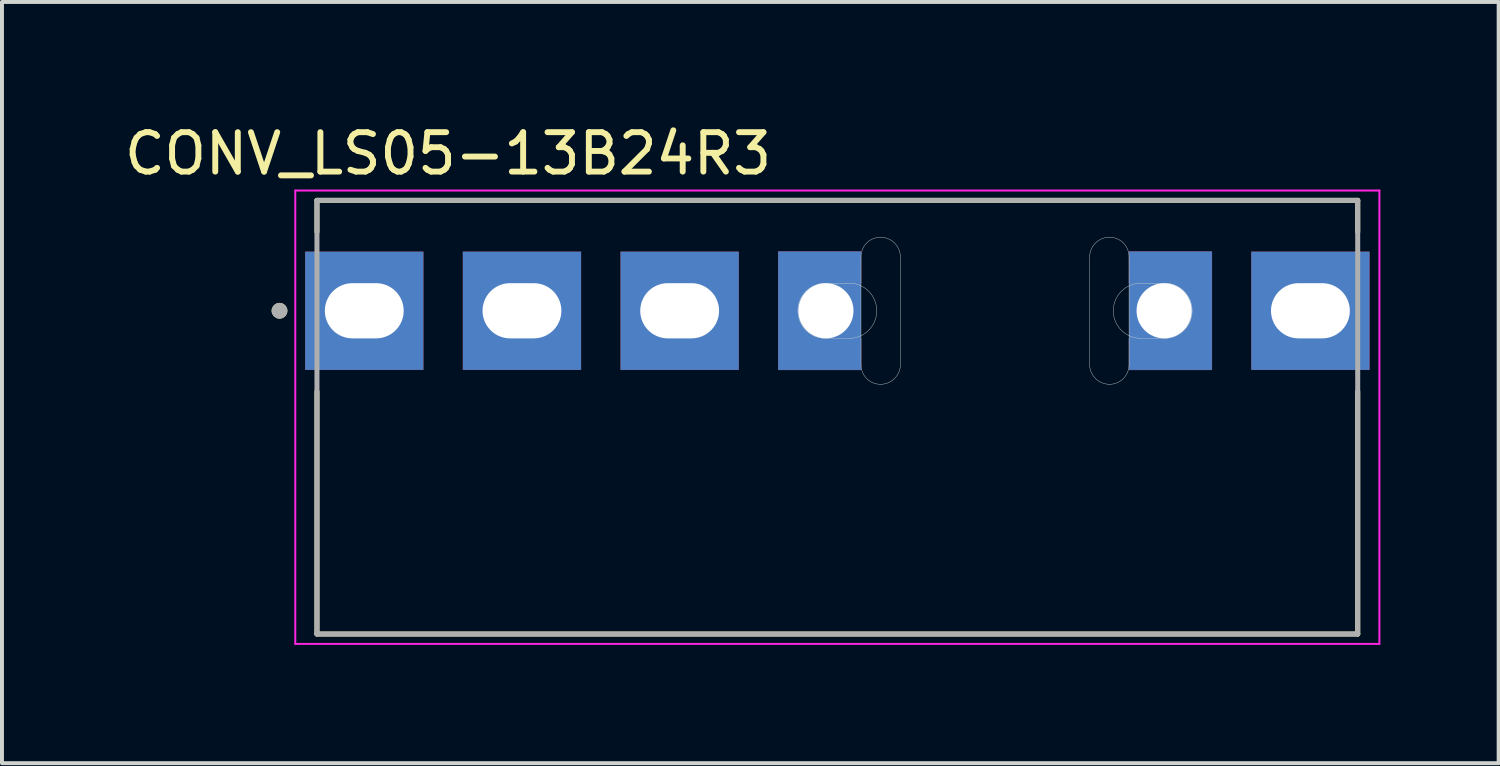
<source format=kicad_pcb>
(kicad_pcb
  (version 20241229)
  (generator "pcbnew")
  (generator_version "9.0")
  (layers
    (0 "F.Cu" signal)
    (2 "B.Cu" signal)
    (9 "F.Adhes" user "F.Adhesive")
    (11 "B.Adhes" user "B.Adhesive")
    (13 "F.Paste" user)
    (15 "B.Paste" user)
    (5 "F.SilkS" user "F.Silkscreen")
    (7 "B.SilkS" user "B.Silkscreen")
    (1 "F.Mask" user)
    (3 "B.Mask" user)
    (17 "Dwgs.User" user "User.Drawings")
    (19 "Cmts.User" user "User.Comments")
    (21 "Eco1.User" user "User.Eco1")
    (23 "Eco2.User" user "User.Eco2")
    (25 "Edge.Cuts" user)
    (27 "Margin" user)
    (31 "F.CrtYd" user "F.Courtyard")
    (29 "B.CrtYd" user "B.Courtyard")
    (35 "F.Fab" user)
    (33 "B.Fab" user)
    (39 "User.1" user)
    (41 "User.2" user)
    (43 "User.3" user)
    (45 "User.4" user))
  (footprint "CONV_LS05-13B24R3"
    (layer "F.Cu")
    (at 18.19 4.833)
    (property "Reference" "CONV_LS05-13B24R3" (at -9.875 -3.985 0) (layer "F.SilkS") (effects (font (size 1 1) (thickness 0.15))))
    (attr through_hole)
    (fp_poly (pts (xy -1 0) (xy -0.999 -0.037) (xy -0.996 -0.073) (xy -0.991 -0.11) (xy -0.985 -0.146) (xy -0.976 -0.181) (xy -0.966 -0.216) (xy -0.954 -0.251) (xy -0.939 -0.285) (xy -0.924 -0.318) (xy -0.906 -0.35) (xy -0.887 -0.381) (xy -0.866 -0.411) (xy -0.844 -0.441) (xy -0.82 -0.468) (xy -0.795 -0.495) (xy -0.768 -0.52) (xy -0.741 -0.544) (xy -0.711 -0.566) (xy -0.681 -0.587) (xy -0.65 -0.606) (xy -0.618 -0.624) (xy -0.585 -0.639) (xy -0.551 -0.654) (xy -0.516 -0.666) (xy -0.481 -0.676) (xy -0.446 -0.685) (xy -0.41 -0.691) (xy -0.373 -0.696) (xy -0.337 -0.699) (xy -0.3 -0.7) (xy 0.6 -0.7) (xy 0.6 -1.5) (xy -1.5 -1.5) (xy -1.5 1.5) (xy 0.6 1.5) (xy 0.6 0.7) (xy -0.3 0.7) (xy -0.337 0.699) (xy -0.373 0.696) (xy -0.41 0.691) (xy -0.446 0.685) (xy -0.481 0.676) (xy -0.516 0.666) (xy -0.551 0.654) (xy -0.585 0.639) (xy -0.618 0.624) (xy -0.65 0.606) (xy -0.681 0.587) (xy -0.711 0.566) (xy -0.741 0.544) (xy -0.768 0.52) (xy -0.795 0.495) (xy -0.82 0.468) (xy -0.844 0.441) (xy -0.866 0.411) (xy -0.887 0.381) (xy -0.906 0.35) (xy -0.924 0.318) (xy -0.939 0.285) (xy -0.954 0.251) (xy -0.966 0.216) (xy -0.976 0.181) (xy -0.985 0.146) (xy -0.991 0.11) (xy -0.996 0.073) (xy -0.999 0.037) (xy -1 0)) (stroke (width 0.01) (type solid)) (fill yes) (layer "F.Cu"))
    (fp_poly (pts (xy 9 0) (xy 8.999 0.037) (xy 8.996 0.073) (xy 8.991 0.11) (xy 8.985 0.146) (xy 8.976 0.181) (xy 8.966 0.216) (xy 8.954 0.251) (xy 8.939 0.285) (xy 8.924 0.318) (xy 8.906 0.35) (xy 8.887 0.381) (xy 8.866 0.411) (xy 8.844 0.441) (xy 8.82 0.468) (xy 8.795 0.495) (xy 8.768 0.52) (xy 8.741 0.544) (xy 8.711 0.566) (xy 8.681 0.587) (xy 8.65 0.606) (xy 8.618 0.624) (xy 8.585 0.639) (xy 8.551 0.654) (xy 8.516 0.666) (xy 8.481 0.676) (xy 8.446 0.685) (xy 8.41 0.691) (xy 8.373 0.696) (xy 8.337 0.699) (xy 8.3 0.7) (xy 7.4 0.7) (xy 7.4 1.5) (xy 9.5 1.5) (xy 9.5 -1.5) (xy 7.4 -1.5) (xy 7.4 -0.7) (xy 8.3 -0.7) (xy 8.337 -0.699) (xy 8.373 -0.696) (xy 8.41 -0.691) (xy 8.446 -0.685) (xy 8.481 -0.676) (xy 8.516 -0.666) (xy 8.551 -0.654) (xy 8.585 -0.639) (xy 8.618 -0.624) (xy 8.65 -0.606) (xy 8.681 -0.587) (xy 8.711 -0.566) (xy 8.741 -0.544) (xy 8.768 -0.52) (xy 8.795 -0.495) (xy 8.82 -0.468) (xy 8.844 -0.441) (xy 8.866 -0.411) (xy 8.887 -0.381) (xy 8.906 -0.35) (xy 8.924 -0.318) (xy 8.939 -0.285) (xy 8.954 -0.251) (xy 8.966 -0.216) (xy 8.976 -0.181) (xy 8.985 -0.146) (xy 8.991 -0.11) (xy 8.996 -0.073) (xy 8.999 -0.037) (xy 9 0)) (stroke (width 0.01) (type solid)) (fill yes) (layer "F.Cu"))
    (fp_poly (pts (xy 0.49 -1.965) (xy 1.7 -1.965) (xy 1.7 1.965) (xy 0.49 1.965)) (stroke (width 0.01) (type solid)) (fill yes) (layer "F.Mask"))
    (fp_poly (pts (xy 6.3 -1.965) (xy 7.49 -1.965) (xy 7.49 1.965) (xy 6.3 1.965)) (stroke (width 0.01) (type solid)) (fill yes) (layer "F.Mask"))
    (fp_poly (pts (xy 0.7 -0.6) (xy 0.7 -1.6) (xy -1.6 -1.6) (xy -1.6 1.6) (xy 0.7 1.6) (xy 0.7 0.6)) (stroke (width 0.01) (type solid)) (fill yes) (layer "F.Mask"))
    (fp_poly (pts (xy 7.3 0.6) (xy 7.3 1.6) (xy 9.6 1.6) (xy 9.6 -1.6) (xy 7.3 -1.6) (xy 7.3 -0.6)) (stroke (width 0.01) (type solid)) (fill yes) (layer "F.Mask"))
    (fp_poly (pts (xy -1 0) (xy -0.999 -0.037) (xy -0.996 -0.073) (xy -0.991 -0.11) (xy -0.985 -0.146) (xy -0.976 -0.181) (xy -0.966 -0.216) (xy -0.954 -0.251) (xy -0.939 -0.285) (xy -0.924 -0.318) (xy -0.906 -0.35) (xy -0.887 -0.381) (xy -0.866 -0.411) (xy -0.844 -0.441) (xy -0.82 -0.468) (xy -0.795 -0.495) (xy -0.768 -0.52) (xy -0.741 -0.544) (xy -0.711 -0.566) (xy -0.681 -0.587) (xy -0.65 -0.606) (xy -0.618 -0.624) (xy -0.585 -0.639) (xy -0.551 -0.654) (xy -0.516 -0.666) (xy -0.481 -0.676) (xy -0.446 -0.685) (xy -0.41 -0.691) (xy -0.373 -0.696) (xy -0.337 -0.699) (xy -0.3 -0.7) (xy 0.6 -0.7) (xy 0.6 -1.5) (xy -1.5 -1.5) (xy -1.5 1.5) (xy 0.6 1.5) (xy 0.6 0.7) (xy -0.3 0.7) (xy -0.337 0.699) (xy -0.373 0.696) (xy -0.41 0.691) (xy -0.446 0.685) (xy -0.481 0.676) (xy -0.516 0.666) (xy -0.551 0.654) (xy -0.585 0.639) (xy -0.618 0.624) (xy -0.65 0.606) (xy -0.681 0.587) (xy -0.711 0.566) (xy -0.741 0.544) (xy -0.768 0.52) (xy -0.795 0.495) (xy -0.82 0.468) (xy -0.844 0.441) (xy -0.866 0.411) (xy -0.887 0.381) (xy -0.906 0.35) (xy -0.924 0.318) (xy -0.939 0.285) (xy -0.954 0.251) (xy -0.966 0.216) (xy -0.976 0.181) (xy -0.985 0.146) (xy -0.991 0.11) (xy -0.996 0.073) (xy -0.999 0.037) (xy -1 0)) (stroke (width 0.01) (type solid)) (fill yes) (layer "B.Cu"))
    (fp_poly (pts (xy 9 0) (xy 8.999 0.037) (xy 8.996 0.073) (xy 8.991 0.11) (xy 8.985 0.146) (xy 8.976 0.181) (xy 8.966 0.216) (xy 8.954 0.251) (xy 8.939 0.285) (xy 8.924 0.318) (xy 8.906 0.35) (xy 8.887 0.381) (xy 8.866 0.411) (xy 8.844 0.441) (xy 8.82 0.468) (xy 8.795 0.495) (xy 8.768 0.52) (xy 8.741 0.544) (xy 8.711 0.566) (xy 8.681 0.587) (xy 8.65 0.606) (xy 8.618 0.624) (xy 8.585 0.639) (xy 8.551 0.654) (xy 8.516 0.666) (xy 8.481 0.676) (xy 8.446 0.685) (xy 8.41 0.691) (xy 8.373 0.696) (xy 8.337 0.699) (xy 8.3 0.7) (xy 7.4 0.7) (xy 7.4 1.5) (xy 9.5 1.5) (xy 9.5 -1.5) (xy 7.4 -1.5) (xy 7.4 -0.7) (xy 8.3 -0.7) (xy 8.337 -0.699) (xy 8.373 -0.696) (xy 8.41 -0.691) (xy 8.446 -0.685) (xy 8.481 -0.676) (xy 8.516 -0.666) (xy 8.551 -0.654) (xy 8.585 -0.639) (xy 8.618 -0.624) (xy 8.65 -0.606) (xy 8.681 -0.587) (xy 8.711 -0.566) (xy 8.741 -0.544) (xy 8.768 -0.52) (xy 8.795 -0.495) (xy 8.82 -0.468) (xy 8.844 -0.441) (xy 8.866 -0.411) (xy 8.887 -0.381) (xy 8.906 -0.35) (xy 8.924 -0.318) (xy 8.939 -0.285) (xy 8.954 -0.251) (xy 8.966 -0.216) (xy 8.976 -0.181) (xy 8.985 -0.146) (xy 8.991 -0.11) (xy 8.996 -0.073) (xy 8.999 -0.037) (xy 9 0)) (stroke (width 0.01) (type solid)) (fill yes) (layer "B.Cu"))
    (fp_poly (pts (xy 0.49 -1.965) (xy 1.7 -1.965) (xy 1.7 1.965) (xy 0.49 1.965)) (stroke (width 0.01) (type solid)) (fill yes) (layer "B.Mask"))
    (fp_poly (pts (xy 6.3 -1.965) (xy 7.49 -1.965) (xy 7.49 1.965) (xy 6.3 1.965)) (stroke (width 0.01) (type solid)) (fill yes) (layer "B.Mask"))
    (fp_poly (pts (xy 0.7 -0.6) (xy 0.7 -1.6) (xy -1.6 -1.6) (xy -1.6 1.6) (xy 0.7 1.6) (xy 0.7 0.6)) (stroke (width 0.01) (type solid)) (fill yes) (layer "B.Mask"))
    (fp_poly (pts (xy 7.3 0.6) (xy 7.3 1.6) (xy 9.6 1.6) (xy 9.6 -1.6) (xy 7.3 -1.6) (xy 7.3 -0.6)) (stroke (width 0.01) (type solid)) (fill yes) (layer "B.Mask"))
    (fp_line (start -13.2 -2.8) (end -13.2 -2) (stroke (width 0.127) (type solid)) (layer "F.SilkS"))
    (fp_line (start -13.2 2.05) (end -13.2 8.2) (stroke (width 0.127) (type solid)) (layer "F.SilkS"))
    (fp_line (start -13.2 8.2) (end 13.2 8.2) (stroke (width 0.127) (type solid)) (layer "F.SilkS"))
    (fp_line (start 13.2 -2.8) (end -13.2 -2.8) (stroke (width 0.127) (type solid)) (layer "F.SilkS"))
    (fp_line (start 13.2 -2.8) (end 13.2 -2) (stroke (width 0.127) (type solid)) (layer "F.SilkS"))
    (fp_line (start 13.2 2.05) (end 13.2 8.2) (stroke (width 0.127) (type solid)) (layer "F.SilkS"))
    (fp_circle (center -14.15 0) (end -14.05 0) (stroke (width 0.2) (type solid)) (fill no) (layer "F.SilkS"))
    (fp_line (start -0.3 -0.7) (end 0.3 -0.7) (stroke (width 0.01) (type solid)) (layer "Edge.Cuts"))
    (fp_line (start 0.3 0.7) (end -0.3 0.7) (stroke (width 0.01) (type solid)) (layer "Edge.Cuts"))
    (fp_line (start 0.6 -1.365) (end 0.6 1.365) (stroke (width 0.01) (type solid)) (layer "Edge.Cuts"))
    (fp_line (start 1.6 1.365) (end 1.6 -1.365) (stroke (width 0.01) (type solid)) (layer "Edge.Cuts"))
    (fp_line (start 6.4 -1.365) (end 6.4 1.365) (stroke (width 0.01) (type solid)) (layer "Edge.Cuts"))
    (fp_line (start 7.4 1.365) (end 7.4 -1.365) (stroke (width 0.01) (type solid)) (layer "Edge.Cuts"))
    (fp_line (start 7.7 -0.7) (end 8.3 -0.7) (stroke (width 0.01) (type solid)) (layer "Edge.Cuts"))
    (fp_line (start 8.3 0.7) (end 7.7 0.7) (stroke (width 0.01) (type solid)) (layer "Edge.Cuts"))
    (fp_arc (start -1 0) (mid -0.794975 -0.494975) (end -0.3 -0.7) (stroke (width 0.01) (type solid)) (layer "Edge.Cuts"))
    (fp_arc (start -0.3 0.7) (mid -0.794975 0.494975) (end -1 0) (stroke (width 0.01) (type solid)) (layer "Edge.Cuts"))
    (fp_arc (start 0.3 -0.7) (mid 0.794975 -0.494975) (end 1 0) (stroke (width 0.01) (type solid)) (layer "Edge.Cuts"))
    (fp_arc (start 0.6 -1.365) (mid 0.741447 -1.716482) (end 1.09 -1.865) (stroke (width 0.01) (type solid)) (layer "Edge.Cuts"))
    (fp_arc (start 1 0) (mid 0.794975 0.494975) (end 0.3 0.7) (stroke (width 0.01) (type solid)) (layer "Edge.Cuts"))
    (fp_arc (start 1.09 -1.865) (mid 1.448553 -1.720624) (end 1.6 -1.365) (stroke (width 0.01) (type solid)) (layer "Edge.Cuts"))
    (fp_arc (start 1.09 1.865) (mid 0.741447 1.716482) (end 0.6 1.365) (stroke (width 0.01) (type solid)) (layer "Edge.Cuts"))
    (fp_arc (start 1.6 1.365) (mid 1.448553 1.720624) (end 1.09 1.865) (stroke (width 0.01) (type solid)) (layer "Edge.Cuts"))
    (fp_arc (start 6.4 -1.365) (mid 6.551447 -1.720624) (end 6.91 -1.865) (stroke (width 0.01) (type solid)) (layer "Edge.Cuts"))
    (fp_arc (start 6.91 -1.865) (mid 7.258553 -1.716482) (end 7.4 -1.365) (stroke (width 0.01) (type solid)) (layer "Edge.Cuts"))
    (fp_arc (start 6.91 1.865) (mid 6.551447 1.720624) (end 6.4 1.365) (stroke (width 0.01) (type solid)) (layer "Edge.Cuts"))
    (fp_arc (start 7 0) (mid 7.205025 -0.494975) (end 7.7 -0.7) (stroke (width 0.01) (type solid)) (layer "Edge.Cuts"))
    (fp_arc (start 7.4 1.365) (mid 7.258553 1.716482) (end 6.91 1.865) (stroke (width 0.01) (type solid)) (layer "Edge.Cuts"))
    (fp_arc (start 7.7 0.7) (mid 7.205025 0.494975) (end 7 0) (stroke (width 0.01) (type solid)) (layer "Edge.Cuts"))
    (fp_arc (start 8.3 -0.7) (mid 8.794975 -0.494975) (end 9 0) (stroke (width 0.01) (type solid)) (layer "Edge.Cuts"))
    (fp_arc (start 9 0) (mid 8.794975 0.494975) (end 8.3 0.7) (stroke (width 0.01) (type solid)) (layer "Edge.Cuts"))
    (fp_line (start -13.75 -3.05) (end -13.75 8.45) (stroke (width 0.05) (type solid)) (layer "F.CrtYd"))
    (fp_line (start -13.75 8.45) (end 13.75 8.45) (stroke (width 0.05) (type solid)) (layer "F.CrtYd"))
    (fp_line (start 13.75 -3.05) (end -13.75 -3.05) (stroke (width 0.05) (type solid)) (layer "F.CrtYd"))
    (fp_line (start 13.75 8.45) (end 13.75 -3.05) (stroke (width 0.05) (type solid)) (layer "F.CrtYd"))
    (fp_line (start -13.2 -2.8) (end -13.2 8.2) (stroke (width 0.127) (type solid)) (layer "F.Fab"))
    (fp_line (start -13.2 8.2) (end 13.2 8.2) (stroke (width 0.127) (type solid)) (layer "F.Fab"))
    (fp_line (start 13.2 -2.8) (end -13.2 -2.8) (stroke (width 0.127) (type solid)) (layer "F.Fab"))
    (fp_line (start 13.2 8.2) (end 13.2 -2.8) (stroke (width 0.127) (type solid)) (layer "F.Fab"))
    (fp_circle (center -14.15 0) (end -14.05 0) (stroke (width 0.2) (type solid)) (fill no) (layer "F.Fab"))
    (pad "1" thru_hole rect (at -12 0) (size 3 3) (drill oval 2 1.4) (layers "*.Cu" "*.Mask"))
    (pad "2" thru_hole rect (at -8 0) (size 3 3) (drill oval 2 1.4) (layers "*.Cu" "*.Mask"))
    (pad "3" thru_hole rect (at -4 0) (size 3 3) (drill oval 2 1.4) (layers "*.Cu" "*.Mask"))
    (pad "4" thru_hole rect (at -0.29 0) (size 1.78 1.78) (drill 1.4) (layers "*.Cu"))
    (pad "5" thru_hole rect (at 8.29 0) (size 1.78 1.78) (drill 1.4) (layers "*.Cu"))
    (pad "6" thru_hole rect (at 12 0) (size 3 3) (drill oval 2 1.4) (layers "*.Cu" "*.Mask")))
  (gr_rect
    (start -3 -3)
    (end 34.965 16.308)
    (stroke (width 0.1) (type default))
    (fill no)
    (layer "Edge.Cuts")))
</source>
